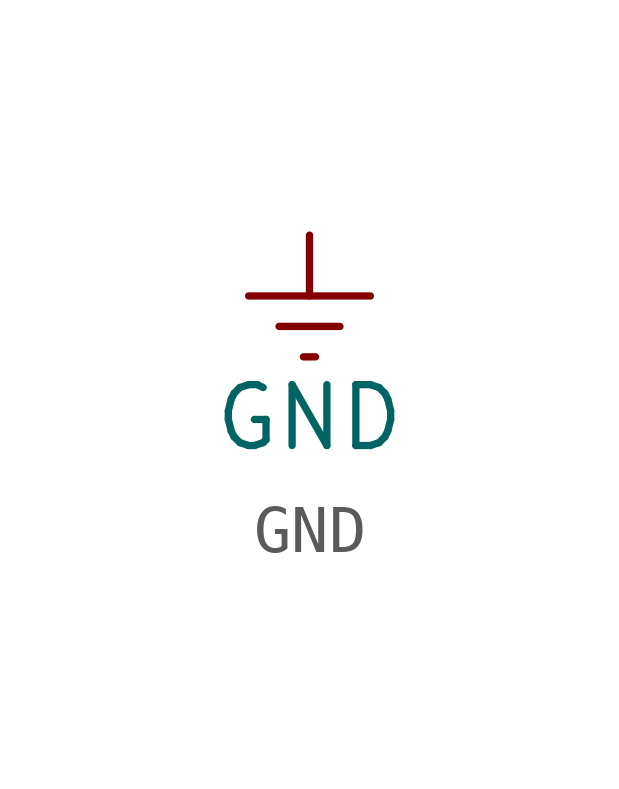
<source format=kicad_sym>
(kicad_symbol_lib
  (version 20220914)
  (generator kicad_symbol_editor)
  (symbol "GND"
    (power)
    (pin_names
      (offset 0))
    (property "Reference" "#PWR"
      (at 0 -6.35 0)
      (effects (font (size 1.27 1.27)) hide))
    (property "Value" "GND"
      (at 0 -3.81 0)
      (effects (font (size 1.27 1.27))))
    (symbol "GND_0_1"
      (polyline (pts (xy -0.635 -1.905) (xy 0.635 -1.905)) (stroke (width 0) (type default)) (fill (type none)))
      (polyline (pts (xy -0.127 -2.54) (xy 0.127 -2.54)) (stroke (width 0) (type default)) (fill (type none)))
      (polyline (pts (xy 0 -1.27) (xy 0 0)) (stroke (width 0) (type default)) (fill (type none)))
      (polyline (pts (xy 1.27 -1.27) (xy -1.27 -1.27)) (stroke (width 0) (type default)) (fill (type none))))
    (symbol "GND_1_1"
      (pin bidirectional line (at 0 0 270) (length 0) hide (name "GND" (effects (font (size 1.27 1.27)))) (number "1" (effects (font (size 1.27 1.27))))))))
</source>
